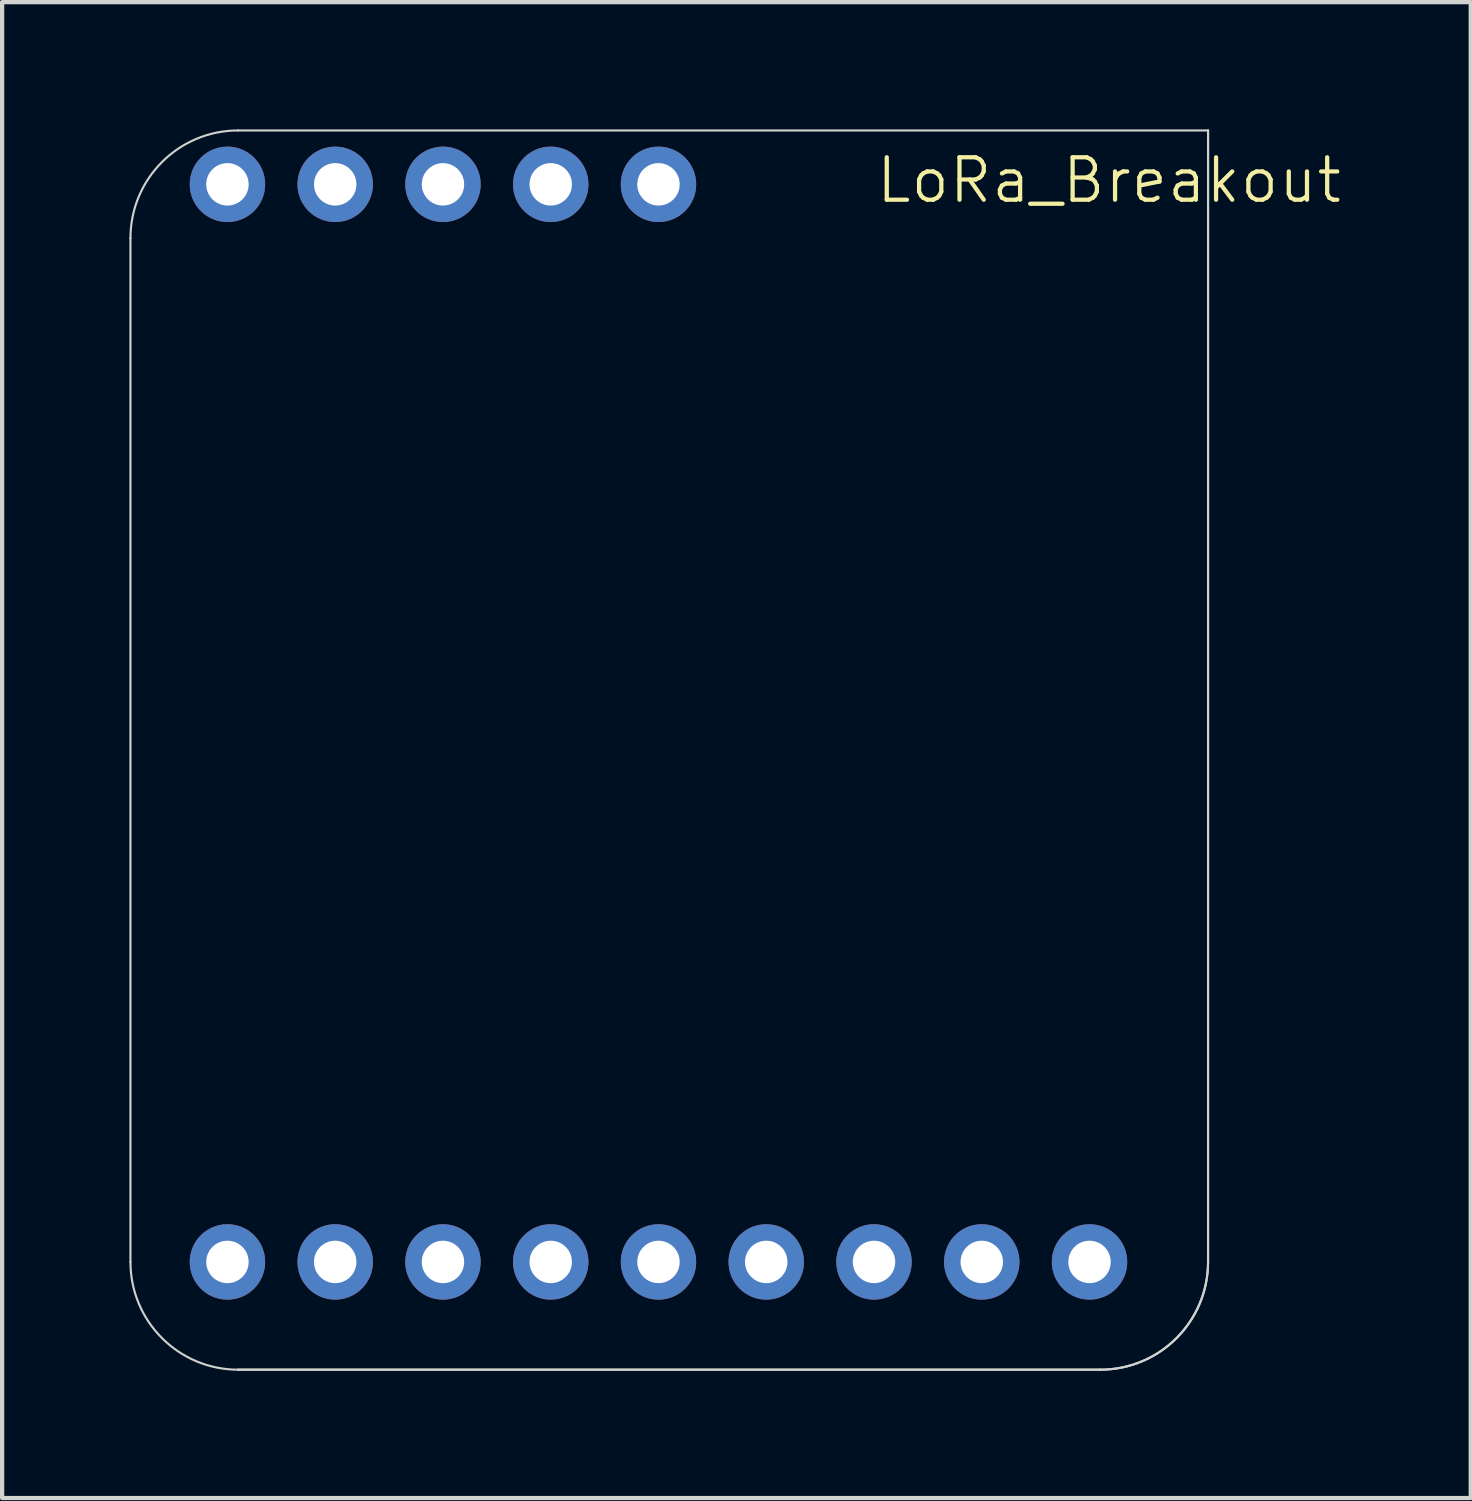
<source format=kicad_pcb>
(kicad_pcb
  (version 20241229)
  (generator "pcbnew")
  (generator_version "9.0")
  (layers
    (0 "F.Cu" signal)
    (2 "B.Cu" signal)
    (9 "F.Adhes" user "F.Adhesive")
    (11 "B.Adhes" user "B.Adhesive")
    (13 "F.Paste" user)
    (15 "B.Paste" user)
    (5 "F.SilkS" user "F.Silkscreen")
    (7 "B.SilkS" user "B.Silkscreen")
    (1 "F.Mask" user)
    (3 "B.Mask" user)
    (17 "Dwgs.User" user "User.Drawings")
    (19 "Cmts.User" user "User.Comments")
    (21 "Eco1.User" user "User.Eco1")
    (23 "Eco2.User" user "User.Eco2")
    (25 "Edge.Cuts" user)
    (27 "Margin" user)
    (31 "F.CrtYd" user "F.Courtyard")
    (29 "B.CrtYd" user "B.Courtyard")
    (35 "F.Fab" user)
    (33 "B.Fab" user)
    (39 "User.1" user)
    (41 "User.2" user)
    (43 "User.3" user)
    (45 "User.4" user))
  (footprint "LoRa_Breakout"
    (layer "F.Cu")
    (at 12.725 13.36)
    (property "Reference" "LoRa_Breakout" (at 10.365 -12.16 0) (unlocked yes) (layer "F.SilkS") (effects (font (size 1 1) (thickness 0.1))))
    (attr through_hole)
    (fp_line (start -12.7 13.335) (end -12.7 -10.795) (stroke (width 0.05) (type solid)) (layer "Edge.Cuts"))
    (fp_line (start -10.16 -13.335) (end 12.7 -13.335) (stroke (width 0.05) (type solid)) (layer "Edge.Cuts"))
    (fp_line (start 10.16 15.875) (end -10.16 15.875) (stroke (width 0.05) (type solid)) (layer "Edge.Cuts"))
    (fp_line (start 10.16 15.875) (end -10.16 15.875) (stroke (width 0.05) (type solid)) (layer "Edge.Cuts"))
    (fp_line (start 12.7 -13.335) (end 12.7 13.335) (stroke (width 0.05) (type solid)) (layer "Edge.Cuts"))
    (fp_line (start 12.7 -13.335) (end 12.7 13.335) (stroke (width 0.05) (type solid)) (layer "Edge.Cuts"))
    (fp_arc (start -12.7 -10.795) (mid -11.956051 -12.591051) (end -10.16 -13.335) (stroke (width 0.05) (type solid)) (layer "Edge.Cuts"))
    (fp_arc (start -10.16 15.875) (mid -11.956051 15.131051) (end -12.7 13.335) (stroke (width 0.05) (type solid)) (layer "Edge.Cuts"))
    (fp_arc (start 12.7 13.335) (mid 11.956051 15.131051) (end 10.16 15.875) (stroke (width 0.05) (type solid)) (layer "Edge.Cuts"))
    (fp_arc (start 12.7 13.335) (mid 11.956051 15.131051) (end 10.16 15.875) (stroke (width 0.05) (type solid)) (layer "Edge.Cuts"))
    (pad "1" thru_hole circle (at -10.414 13.335 90) (size 1.778 1.778) (drill 1) (layers "*.Cu" "*.Mask"))
    (pad "2" thru_hole circle (at -7.874 13.335 90) (size 1.778 1.778) (drill 1) (layers "*.Cu" "*.Mask"))
    (pad "3" thru_hole circle (at -5.334 13.335 90) (size 1.778 1.778) (drill 1) (layers "*.Cu" "*.Mask"))
    (pad "4" thru_hole circle (at -2.794 13.335 90) (size 1.778 1.778) (drill 1) (layers "*.Cu" "*.Mask"))
    (pad "5" thru_hole circle (at -0.254 13.335 90) (size 1.778 1.778) (drill 1) (layers "*.Cu" "*.Mask"))
    (pad "6" thru_hole circle (at 2.286 13.335 90) (size 1.778 1.778) (drill 1) (layers "*.Cu" "*.Mask"))
    (pad "7" thru_hole circle (at 4.826 13.335 90) (size 1.778 1.778) (drill 1) (layers "*.Cu" "*.Mask"))
    (pad "8" thru_hole circle (at 7.366 13.335 90) (size 1.778 1.778) (drill 1) (layers "*.Cu" "*.Mask"))
    (pad "9" thru_hole circle (at 9.906 13.335 90) (size 1.778 1.778) (drill 1) (layers "*.Cu" "*.Mask"))
    (pad "10" thru_hole circle (at -10.414 -12.065 90) (size 1.778 1.778) (drill 1) (layers "*.Cu" "*.Mask"))
    (pad "11" thru_hole circle (at -7.874 -12.065 90) (size 1.778 1.778) (drill 1) (layers "*.Cu" "*.Mask"))
    (pad "12" thru_hole circle (at -5.334 -12.065 90) (size 1.778 1.778) (drill 1) (layers "*.Cu" "*.Mask"))
    (pad "13" thru_hole circle (at -2.794 -12.065 90) (size 1.778 1.778) (drill 1) (layers "*.Cu" "*.Mask"))
    (pad "14" thru_hole circle (at -0.254 -12.065 90) (size 1.778 1.778) (drill 1) (layers "*.Cu" "*.Mask")))
  (gr_rect
    (start -3 -3)
    (end 31.617 32.26)
    (stroke (width 0.1) (type default))
    (fill no)
    (layer "Edge.Cuts")))
</source>
